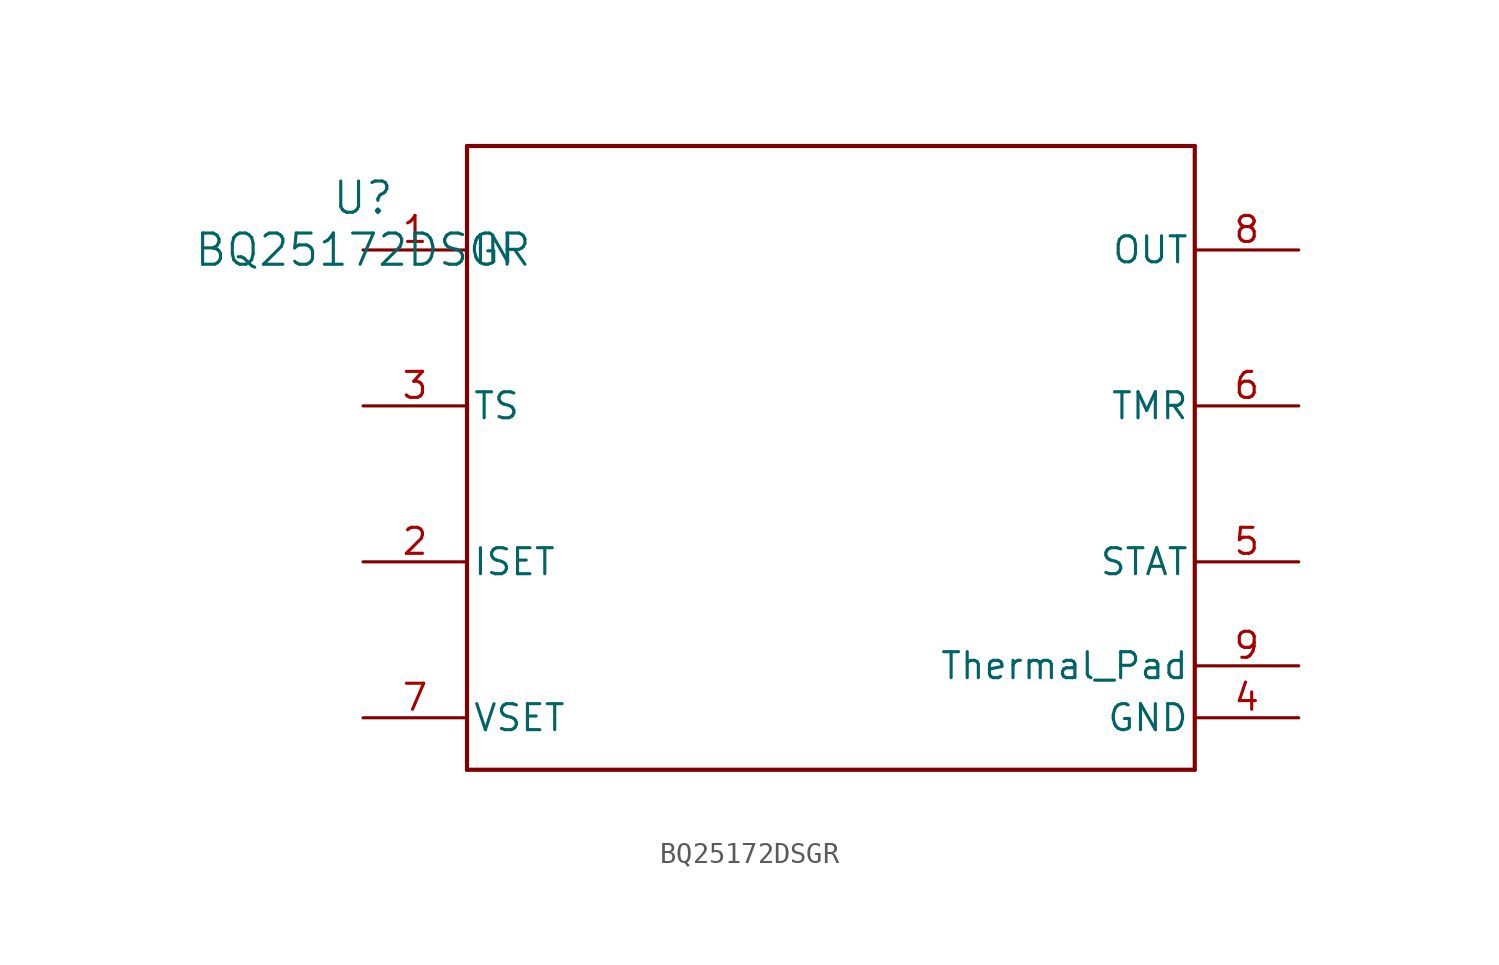
<source format=kicad_sym>
(kicad_symbol_lib
  (version 20211014)
  (generator kicad_symbol_editor)
  (symbol "BQ25172DSGR"
    (pin_names
      (offset 0.254))
    (property "Reference" "U"
      (at 0 2.54 0)
      (effects (font (size 1.524 1.524))))
    (property "Value" "BQ25172DSGR"
      (at 0 0 0)
      (effects (font (size 1.524 1.524))))
    (symbol "BQ25172DSGR_0_1"
      (polyline (pts (xy 5.08 -25.4) (xy 40.64 -25.4)) (stroke (width 0.203) (type default) (color 0 0 0 0)) (fill (type none)))
      (polyline (pts (xy 40.64 -25.4) (xy 40.64 5.08)) (stroke (width 0.203) (type default) (color 0 0 0 0)) (fill (type none)))
      (polyline (pts (xy 40.64 5.08) (xy 5.08 5.08)) (stroke (width 0.203) (type default) (color 0 0 0 0)) (fill (type none)))
      (polyline (pts (xy 5.08 5.08) (xy 5.08 -25.4)) (stroke (width 0.203) (type default) (color 0 0 0 0)) (fill (type none)))
      (pin power_in line (at 0 0 0) (length 5.08) (name "IN" (effects (font (size 1.27 1.27)))) (number "1" (effects (font (size 1.27 1.27)))))
      (pin unspecified line (at 0 -15.24 0) (length 5.08) (name "ISET" (effects (font (size 1.27 1.27)))) (number "2" (effects (font (size 1.27 1.27)))))
      (pin unspecified line (at 0 -7.62 0) (length 5.08) (name "TS" (effects (font (size 1.27 1.27)))) (number "3" (effects (font (size 1.27 1.27)))))
      (pin power_in line (at 45.72 -22.86 180) (length 5.08) (name "GND" (effects (font (size 1.27 1.27)))) (number "4" (effects (font (size 1.27 1.27)))))
      (pin unspecified line (at 45.72 -15.24 180) (length 5.08) (name "STAT" (effects (font (size 1.27 1.27)))) (number "5" (effects (font (size 1.27 1.27)))))
      (pin input line (at 45.72 -7.62 180) (length 5.08) (name "TMR" (effects (font (size 1.27 1.27)))) (number "6" (effects (font (size 1.27 1.27)))))
      (pin unspecified line (at 0 -22.86 0) (length 5.08) (name "VSET" (effects (font (size 1.27 1.27)))) (number "7" (effects (font (size 1.27 1.27)))))
      (pin unspecified line (at 45.72 0 180) (length 5.08) (name "OUT" (effects (font (size 1.27 1.27)))) (number "8" (effects (font (size 1.27 1.27)))))
      (pin unspecified line (at 45.72 -20.32 180) (length 5.08) (name "Thermal_Pad" (effects (font (size 1.27 1.27)))) (number "9" (effects (font (size 1.27 1.27))))))))
</source>
